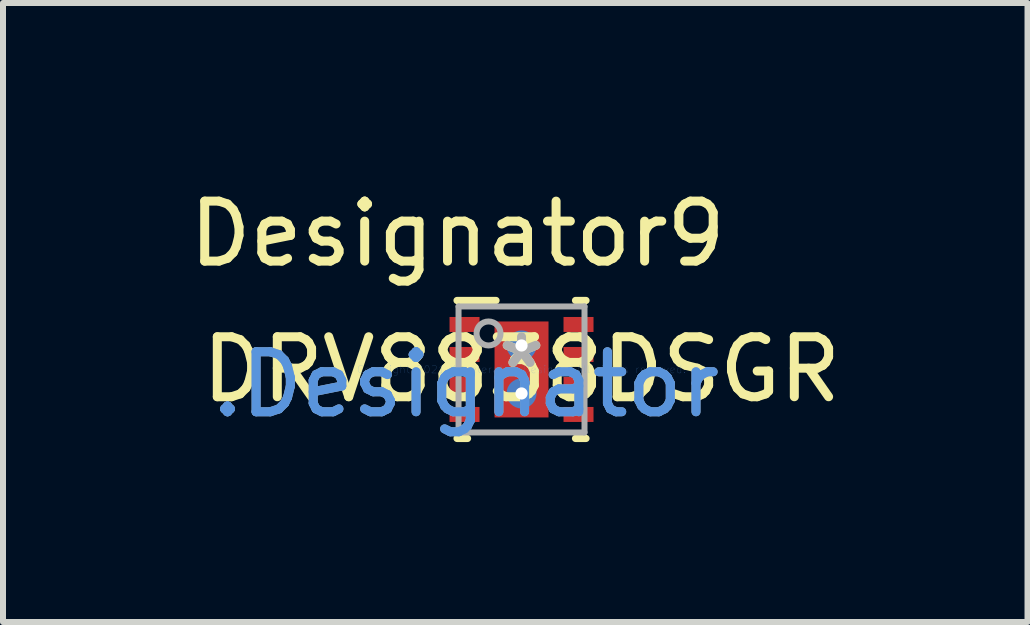
<source format=kicad_pcb>
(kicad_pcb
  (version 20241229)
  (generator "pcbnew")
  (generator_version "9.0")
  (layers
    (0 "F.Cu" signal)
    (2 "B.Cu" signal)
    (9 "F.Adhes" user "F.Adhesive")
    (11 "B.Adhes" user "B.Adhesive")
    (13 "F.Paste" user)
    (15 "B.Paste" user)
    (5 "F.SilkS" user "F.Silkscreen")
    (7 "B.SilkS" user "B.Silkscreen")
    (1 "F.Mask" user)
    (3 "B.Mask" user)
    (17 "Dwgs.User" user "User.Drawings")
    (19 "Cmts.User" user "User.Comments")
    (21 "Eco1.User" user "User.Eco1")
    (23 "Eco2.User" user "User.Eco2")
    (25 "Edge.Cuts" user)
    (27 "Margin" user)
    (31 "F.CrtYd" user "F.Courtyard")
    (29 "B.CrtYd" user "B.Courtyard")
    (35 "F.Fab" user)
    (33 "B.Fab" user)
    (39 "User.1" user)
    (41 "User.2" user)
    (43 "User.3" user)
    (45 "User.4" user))
  (footprint "DRV8838DSGR"
    (layer "F.Cu")
    (at 5.644 3.109)
    (property "Reference" "DRV8838DSGR" (at 0 0 0) (layer "F.SilkS") (effects (font (size 1 1) (thickness 0.15))))
    (attr through_hole)
    (fp_line (start -1.075 -1.15) (end -0.425 -1.15) (stroke (width 0.12) (type solid)) (layer "F.SilkS"))
    (fp_line (start -1.075 1.15) (end -0.9 1.15) (stroke (width 0.12) (type solid)) (layer "F.SilkS"))
    (fp_line (start 0.9 -1.15) (end 1.075 -1.15) (stroke (width 0.12) (type solid)) (layer "F.SilkS"))
    (fp_line (start 0.9 1.15) (end 1.075 1.15) (stroke (width 0.12) (type solid)) (layer "F.SilkS"))
    (fp_poly (pts (xy -0.427 0.733) (xy 0.427 0.733) (xy 0.427 -0.733) (xy -0.427 -0.733)) (stroke (width 0.1) (type solid)) (fill yes) (layer "F.Paste"))
    (fp_line (start -1.05 -1.05) (end 1.05 -1.05) (stroke (width 0.1) (type solid)) (layer "F.Fab"))
    (fp_line (start -1.05 1.05) (end -1.05 -1.05) (stroke (width 0.1) (type solid)) (layer "F.Fab"))
    (fp_line (start -1.05 1.05) (end 1.05 1.05) (stroke (width 0.1) (type solid)) (layer "F.Fab"))
    (fp_line (start 1.05 1.05) (end 1.05 -1.05) (stroke (width 0.1) (type solid)) (layer "F.Fab"))
    (fp_circle (center -0.55 -0.6) (end -0.35 -0.6) (stroke (width 0.1) (type solid)) (fill no) (layer "F.Fab"))
    (fp_text user "*" (at 0 0 0) (layer "F.SilkS") (effects (font (size 1 1) (thickness 0.15))))
    (fp_text user "Designator9" (at -1.067 -2.261 0) (layer "F.SilkS") (effects (font (size 1 1) (thickness 0.15))))
    (fp_text user "Copyright 2021 Accelerated Designs. All rights reserved." (at 0 0 0) (layer "Cmts.User") (effects (font (size 0.127 0.127) (thickness 0.002))))
    (fp_text user ".Designator" (at -0.925 0.25 0) (layer "Cmts.User") (effects (font (size 1 1) (thickness 0.15))))
    (fp_text user ".Designator" (at -0.925 0.25 0) (layer "F.Fab") (effects (font (size 1 1) (thickness 0.15))))
    (fp_text user "*" (at 0 0 0) (layer "F.Fab") (effects (font (size 1 1) (thickness 0.15))))
    (pad "1" smd rect (at -0.95 -0.75 90) (size 0.25 0.5) (layers "F.Cu" "F.Mask" "F.Paste"))
    (pad "2" smd rect (at -0.95 -0.25 90) (size 0.25 0.5) (layers "F.Cu" "F.Mask" "F.Paste"))
    (pad "3" smd rect (at -0.95 0.25 90) (size 0.25 0.5) (layers "F.Cu" "F.Mask" "F.Paste"))
    (pad "4" smd rect (at -0.95 0.75 90) (size 0.25 0.5) (layers "F.Cu" "F.Mask" "F.Paste"))
    (pad "5" smd rect (at 0.95 0.75 90) (size 0.25 0.5) (layers "F.Cu" "F.Mask" "F.Paste"))
    (pad "6" smd rect (at 0.95 0.25 90) (size 0.25 0.5) (layers "F.Cu" "F.Mask" "F.Paste"))
    (pad "7" smd rect (at 0.95 -0.25 90) (size 0.25 0.5) (layers "F.Cu" "F.Mask" "F.Paste"))
    (pad "8" smd rect (at 0.95 -0.75 90) (size 0.25 0.5) (layers "F.Cu" "F.Mask" "F.Paste"))
    (pad "9" smd rect (at 0 -0.000003) (size 0.9 1.6) (layers "F.Cu" "F.Mask" "F.Paste"))
    (pad "V" thru_hole circle (at 0 -0.4) (size 0.5 0.5) (drill 0.203) (layers "*.Cu" "*.Mask"))
    (pad "V" thru_hole circle (at 0 0.4) (size 0.5 0.5) (drill 0.203) (layers "*.Cu" "*.Mask")))
  (gr_rect
    (start -3 -3)
    (end 14.079 7.319)
    (stroke (width 0.1) (type default))
    (fill no)
    (layer "Edge.Cuts")))
</source>
